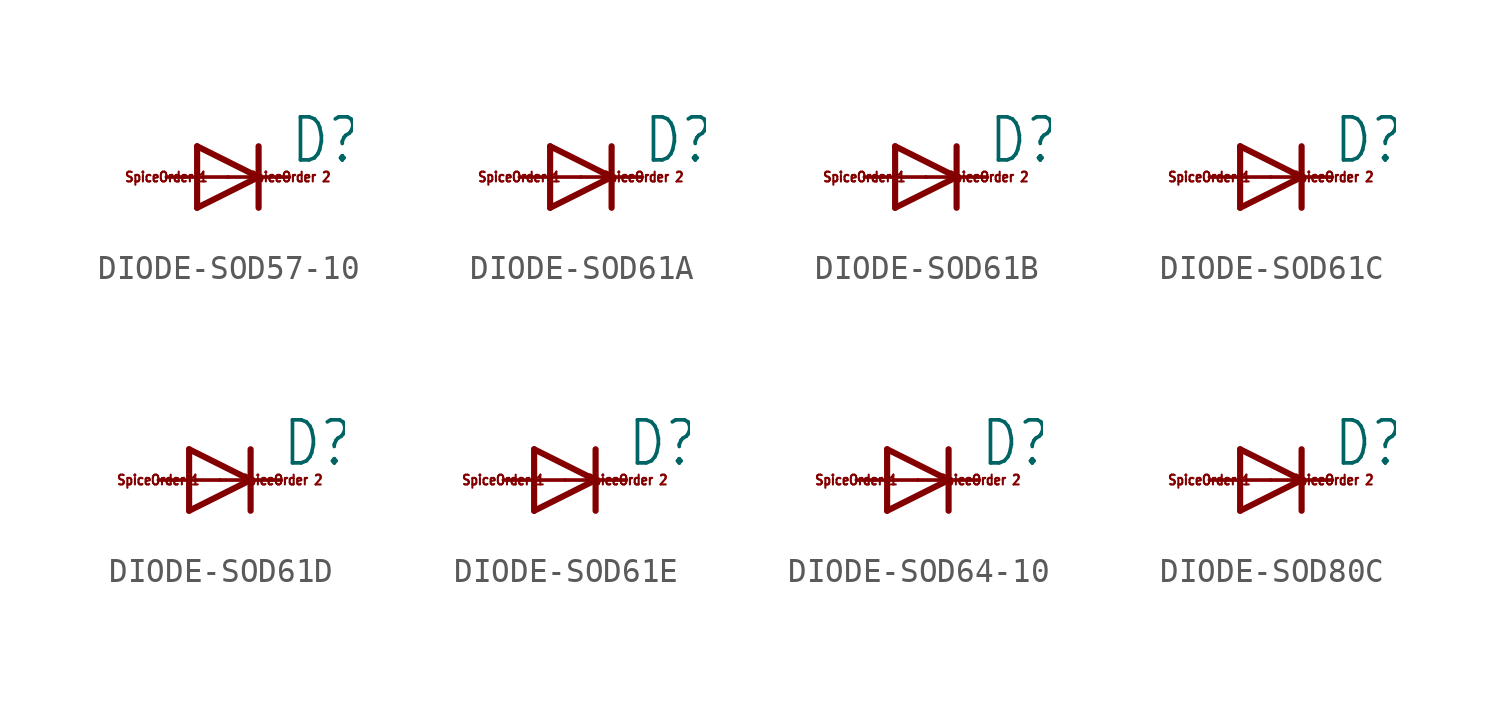
<source format=kicad_sym>
(kicad_symbol_lib
  (version 20241209)
  (generator "kicad_symbol_editor")
  (generator_version "9.0")
  (symbol "DIODE-SOD57-10"
    (property "Reference" "D"
      (at 2.54 0.483 0)
      (effects (font (size 1.778 1.511)) (justify left bottom)))
    (property "Value" ""
      (at 2.54 -2.311 0)
      (effects (font (size 1.778 1.511)) (justify left bottom)))
    (property "ki_locked" ""
      (at 0 0 0)
      (effects (font (size 1.27 1.27))))
    (symbol "DIODE-SOD57-10_1_0"
      (polyline (pts (xy -1.27 1.27) (xy -1.27 -1.27)) (stroke (width 0.254) (type solid)) (fill (type none)))
      (polyline (pts (xy -1.27 -1.27) (xy 1.27 0)) (stroke (width 0.254) (type solid)) (fill (type none)))
      (polyline (pts (xy 1.27 1.27) (xy 1.27 0)) (stroke (width 0.254) (type solid)) (fill (type none)))
      (polyline (pts (xy 1.27 0) (xy -1.27 1.27)) (stroke (width 0.254) (type solid)) (fill (type none)))
      (polyline (pts (xy 1.27 0) (xy 1.27 -1.27)) (stroke (width 0.254) (type solid)) (fill (type none)))
      (text "SpiceOrder 1" (at -2.54 0 0) (effects (font (size 0.406 0.345))))
      (text "SpiceOrder 2" (at 2.54 0 0) (effects (font (size 0.406 0.345))))
      (pin passive line (at -2.54 0 0) (length 2.54) (name "A" (effects (font (size 0 0)))) (number "A" (effects (font (size 0 0)))))
      (pin passive line (at 2.54 0 180) (length 2.54) (name "C" (effects (font (size 0 0)))) (number "C" (effects (font (size 0 0)))))))
  (symbol "DIODE-SOD61A"
    (property "Reference" "D"
      (at 2.54 0.483 0)
      (effects (font (size 1.778 1.511)) (justify left bottom)))
    (property "Value" ""
      (at 2.54 -2.311 0)
      (effects (font (size 1.778 1.511)) (justify left bottom)))
    (property "ki_locked" ""
      (at 0 0 0)
      (effects (font (size 1.27 1.27))))
    (symbol "DIODE-SOD61A_1_0"
      (polyline (pts (xy -1.27 1.27) (xy -1.27 -1.27)) (stroke (width 0.254) (type solid)) (fill (type none)))
      (polyline (pts (xy -1.27 -1.27) (xy 1.27 0)) (stroke (width 0.254) (type solid)) (fill (type none)))
      (polyline (pts (xy 1.27 1.27) (xy 1.27 0)) (stroke (width 0.254) (type solid)) (fill (type none)))
      (polyline (pts (xy 1.27 0) (xy -1.27 1.27)) (stroke (width 0.254) (type solid)) (fill (type none)))
      (polyline (pts (xy 1.27 0) (xy 1.27 -1.27)) (stroke (width 0.254) (type solid)) (fill (type none)))
      (text "SpiceOrder 1" (at -2.54 0 0) (effects (font (size 0.406 0.345))))
      (text "SpiceOrder 2" (at 2.54 0 0) (effects (font (size 0.406 0.345))))
      (pin passive line (at -2.54 0 0) (length 2.54) (name "A" (effects (font (size 0 0)))) (number "A" (effects (font (size 0 0)))))
      (pin passive line (at 2.54 0 180) (length 2.54) (name "C" (effects (font (size 0 0)))) (number "C" (effects (font (size 0 0)))))))
  (symbol "DIODE-SOD61B"
    (property "Reference" "D"
      (at 2.54 0.483 0)
      (effects (font (size 1.778 1.511)) (justify left bottom)))
    (property "Value" ""
      (at 2.54 -2.311 0)
      (effects (font (size 1.778 1.511)) (justify left bottom)))
    (property "ki_locked" ""
      (at 0 0 0)
      (effects (font (size 1.27 1.27))))
    (symbol "DIODE-SOD61B_1_0"
      (polyline (pts (xy -1.27 1.27) (xy -1.27 -1.27)) (stroke (width 0.254) (type solid)) (fill (type none)))
      (polyline (pts (xy -1.27 -1.27) (xy 1.27 0)) (stroke (width 0.254) (type solid)) (fill (type none)))
      (polyline (pts (xy 1.27 1.27) (xy 1.27 0)) (stroke (width 0.254) (type solid)) (fill (type none)))
      (polyline (pts (xy 1.27 0) (xy -1.27 1.27)) (stroke (width 0.254) (type solid)) (fill (type none)))
      (polyline (pts (xy 1.27 0) (xy 1.27 -1.27)) (stroke (width 0.254) (type solid)) (fill (type none)))
      (text "SpiceOrder 1" (at -2.54 0 0) (effects (font (size 0.406 0.345))))
      (text "SpiceOrder 2" (at 2.54 0 0) (effects (font (size 0.406 0.345))))
      (pin passive line (at -2.54 0 0) (length 2.54) (name "A" (effects (font (size 0 0)))) (number "A" (effects (font (size 0 0)))))
      (pin passive line (at 2.54 0 180) (length 2.54) (name "C" (effects (font (size 0 0)))) (number "C" (effects (font (size 0 0)))))))
  (symbol "DIODE-SOD61C"
    (property "Reference" "D"
      (at 2.54 0.483 0)
      (effects (font (size 1.778 1.511)) (justify left bottom)))
    (property "Value" ""
      (at 2.54 -2.311 0)
      (effects (font (size 1.778 1.511)) (justify left bottom)))
    (property "ki_locked" ""
      (at 0 0 0)
      (effects (font (size 1.27 1.27))))
    (symbol "DIODE-SOD61C_1_0"
      (polyline (pts (xy -1.27 1.27) (xy -1.27 -1.27)) (stroke (width 0.254) (type solid)) (fill (type none)))
      (polyline (pts (xy -1.27 -1.27) (xy 1.27 0)) (stroke (width 0.254) (type solid)) (fill (type none)))
      (polyline (pts (xy 1.27 1.27) (xy 1.27 0)) (stroke (width 0.254) (type solid)) (fill (type none)))
      (polyline (pts (xy 1.27 0) (xy -1.27 1.27)) (stroke (width 0.254) (type solid)) (fill (type none)))
      (polyline (pts (xy 1.27 0) (xy 1.27 -1.27)) (stroke (width 0.254) (type solid)) (fill (type none)))
      (text "SpiceOrder 1" (at -2.54 0 0) (effects (font (size 0.406 0.345))))
      (text "SpiceOrder 2" (at 2.54 0 0) (effects (font (size 0.406 0.345))))
      (pin passive line (at -2.54 0 0) (length 2.54) (name "A" (effects (font (size 0 0)))) (number "A" (effects (font (size 0 0)))))
      (pin passive line (at 2.54 0 180) (length 2.54) (name "C" (effects (font (size 0 0)))) (number "C" (effects (font (size 0 0)))))))
  (symbol "DIODE-SOD61D"
    (property "Reference" "D"
      (at 2.54 0.483 0)
      (effects (font (size 1.778 1.511)) (justify left bottom)))
    (property "Value" ""
      (at 2.54 -2.311 0)
      (effects (font (size 1.778 1.511)) (justify left bottom)))
    (property "ki_locked" ""
      (at 0 0 0)
      (effects (font (size 1.27 1.27))))
    (symbol "DIODE-SOD61D_1_0"
      (polyline (pts (xy -1.27 1.27) (xy -1.27 -1.27)) (stroke (width 0.254) (type solid)) (fill (type none)))
      (polyline (pts (xy -1.27 -1.27) (xy 1.27 0)) (stroke (width 0.254) (type solid)) (fill (type none)))
      (polyline (pts (xy 1.27 1.27) (xy 1.27 0)) (stroke (width 0.254) (type solid)) (fill (type none)))
      (polyline (pts (xy 1.27 0) (xy -1.27 1.27)) (stroke (width 0.254) (type solid)) (fill (type none)))
      (polyline (pts (xy 1.27 0) (xy 1.27 -1.27)) (stroke (width 0.254) (type solid)) (fill (type none)))
      (text "SpiceOrder 1" (at -2.54 0 0) (effects (font (size 0.406 0.345))))
      (text "SpiceOrder 2" (at 2.54 0 0) (effects (font (size 0.406 0.345))))
      (pin passive line (at -2.54 0 0) (length 2.54) (name "A" (effects (font (size 0 0)))) (number "A" (effects (font (size 0 0)))))
      (pin passive line (at 2.54 0 180) (length 2.54) (name "C" (effects (font (size 0 0)))) (number "C" (effects (font (size 0 0)))))))
  (symbol "DIODE-SOD61E"
    (property "Reference" "D"
      (at 2.54 0.483 0)
      (effects (font (size 1.778 1.511)) (justify left bottom)))
    (property "Value" ""
      (at 2.54 -2.311 0)
      (effects (font (size 1.778 1.511)) (justify left bottom)))
    (property "ki_locked" ""
      (at 0 0 0)
      (effects (font (size 1.27 1.27))))
    (symbol "DIODE-SOD61E_1_0"
      (polyline (pts (xy -1.27 1.27) (xy -1.27 -1.27)) (stroke (width 0.254) (type solid)) (fill (type none)))
      (polyline (pts (xy -1.27 -1.27) (xy 1.27 0)) (stroke (width 0.254) (type solid)) (fill (type none)))
      (polyline (pts (xy 1.27 1.27) (xy 1.27 0)) (stroke (width 0.254) (type solid)) (fill (type none)))
      (polyline (pts (xy 1.27 0) (xy -1.27 1.27)) (stroke (width 0.254) (type solid)) (fill (type none)))
      (polyline (pts (xy 1.27 0) (xy 1.27 -1.27)) (stroke (width 0.254) (type solid)) (fill (type none)))
      (text "SpiceOrder 1" (at -2.54 0 0) (effects (font (size 0.406 0.345))))
      (text "SpiceOrder 2" (at 2.54 0 0) (effects (font (size 0.406 0.345))))
      (pin passive line (at -2.54 0 0) (length 2.54) (name "A" (effects (font (size 0 0)))) (number "A" (effects (font (size 0 0)))))
      (pin passive line (at 2.54 0 180) (length 2.54) (name "C" (effects (font (size 0 0)))) (number "C" (effects (font (size 0 0)))))))
  (symbol "DIODE-SOD64-10"
    (property "Reference" "D"
      (at 2.54 0.483 0)
      (effects (font (size 1.778 1.511)) (justify left bottom)))
    (property "Value" ""
      (at 2.54 -2.311 0)
      (effects (font (size 1.778 1.511)) (justify left bottom)))
    (property "ki_locked" ""
      (at 0 0 0)
      (effects (font (size 1.27 1.27))))
    (symbol "DIODE-SOD64-10_1_0"
      (polyline (pts (xy -1.27 1.27) (xy -1.27 -1.27)) (stroke (width 0.254) (type solid)) (fill (type none)))
      (polyline (pts (xy -1.27 -1.27) (xy 1.27 0)) (stroke (width 0.254) (type solid)) (fill (type none)))
      (polyline (pts (xy 1.27 1.27) (xy 1.27 0)) (stroke (width 0.254) (type solid)) (fill (type none)))
      (polyline (pts (xy 1.27 0) (xy -1.27 1.27)) (stroke (width 0.254) (type solid)) (fill (type none)))
      (polyline (pts (xy 1.27 0) (xy 1.27 -1.27)) (stroke (width 0.254) (type solid)) (fill (type none)))
      (text "SpiceOrder 1" (at -2.54 0 0) (effects (font (size 0.406 0.345))))
      (text "SpiceOrder 2" (at 2.54 0 0) (effects (font (size 0.406 0.345))))
      (pin passive line (at -2.54 0 0) (length 2.54) (name "A" (effects (font (size 0 0)))) (number "A" (effects (font (size 0 0)))))
      (pin passive line (at 2.54 0 180) (length 2.54) (name "C" (effects (font (size 0 0)))) (number "C" (effects (font (size 0 0)))))))
  (symbol "DIODE-SOD80C"
    (property "Reference" "D"
      (at 2.54 0.483 0)
      (effects (font (size 1.778 1.511)) (justify left bottom)))
    (property "Value" ""
      (at 2.54 -2.311 0)
      (effects (font (size 1.778 1.511)) (justify left bottom)))
    (property "ki_locked" ""
      (at 0 0 0)
      (effects (font (size 1.27 1.27))))
    (symbol "DIODE-SOD80C_1_0"
      (polyline (pts (xy -1.27 1.27) (xy -1.27 -1.27)) (stroke (width 0.254) (type solid)) (fill (type none)))
      (polyline (pts (xy -1.27 -1.27) (xy 1.27 0)) (stroke (width 0.254) (type solid)) (fill (type none)))
      (polyline (pts (xy 1.27 1.27) (xy 1.27 0)) (stroke (width 0.254) (type solid)) (fill (type none)))
      (polyline (pts (xy 1.27 0) (xy -1.27 1.27)) (stroke (width 0.254) (type solid)) (fill (type none)))
      (polyline (pts (xy 1.27 0) (xy 1.27 -1.27)) (stroke (width 0.254) (type solid)) (fill (type none)))
      (text "SpiceOrder 1" (at -2.54 0 0) (effects (font (size 0.406 0.345))))
      (text "SpiceOrder 2" (at 2.54 0 0) (effects (font (size 0.406 0.345))))
      (pin passive line (at -2.54 0 0) (length 2.54) (name "A" (effects (font (size 0 0)))) (number "A" (effects (font (size 0 0)))))
      (pin passive line (at 2.54 0 180) (length 2.54) (name "C" (effects (font (size 0 0)))) (number "C" (effects (font (size 0 0))))))))
</source>
